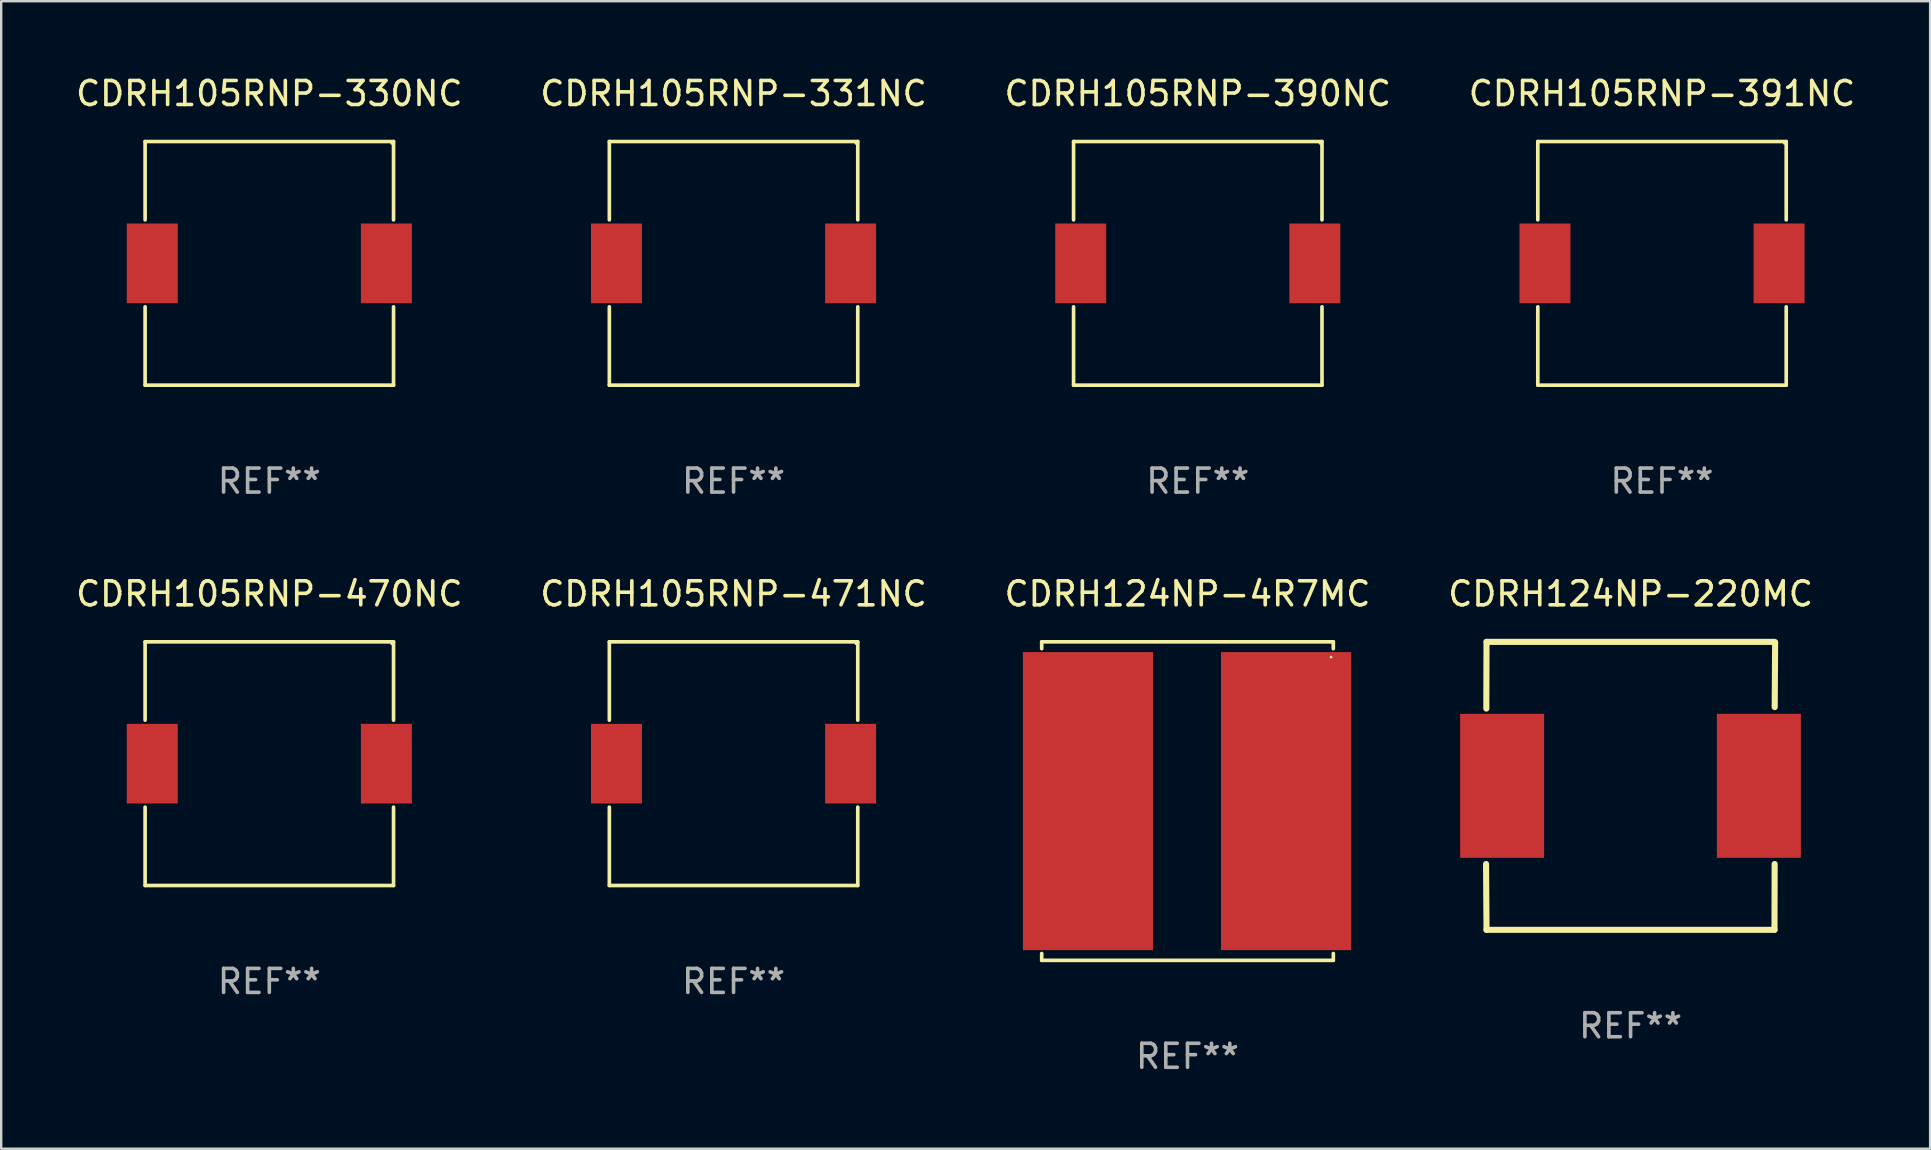
<source format=kicad_pcb>
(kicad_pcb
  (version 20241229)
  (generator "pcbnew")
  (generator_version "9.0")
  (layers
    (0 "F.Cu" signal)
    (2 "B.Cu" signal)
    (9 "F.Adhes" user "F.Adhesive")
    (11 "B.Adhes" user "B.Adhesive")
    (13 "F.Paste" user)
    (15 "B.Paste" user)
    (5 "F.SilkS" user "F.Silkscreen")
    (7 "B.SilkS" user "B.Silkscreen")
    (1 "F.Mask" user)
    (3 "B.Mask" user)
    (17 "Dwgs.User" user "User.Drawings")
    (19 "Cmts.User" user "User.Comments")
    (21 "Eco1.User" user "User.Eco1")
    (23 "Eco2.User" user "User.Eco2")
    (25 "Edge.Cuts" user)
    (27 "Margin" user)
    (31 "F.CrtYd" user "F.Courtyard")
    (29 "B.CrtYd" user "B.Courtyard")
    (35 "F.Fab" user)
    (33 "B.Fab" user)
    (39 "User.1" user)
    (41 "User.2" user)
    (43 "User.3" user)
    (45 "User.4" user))
  (footprint "CDRH105RNP-391NC"
    (layer "F.Cu")
    (at 66.208 7.924)
    (property "Reference" "CDRH105RNP-391NC" (at 0 -7.076 0) (layer "F.SilkS") (effects (font (size 1 1) (thickness 0.15))))
    (attr through_hole)
    (fp_line (start -5.176 -5.076) (end 5.176 -5.076) (stroke (width 0.152) (type solid)) (layer "F.SilkS"))
    (fp_line (start -5.176 -1.812) (end -5.176 -5.076) (stroke (width 0.152) (type solid)) (layer "F.SilkS"))
    (fp_line (start -5.176 1.812) (end -5.176 5.076) (stroke (width 0.152) (type solid)) (layer "F.SilkS"))
    (fp_line (start -5.176 5.076) (end 5.176 5.076) (stroke (width 0.152) (type solid)) (layer "F.SilkS"))
    (fp_line (start 5.176 -5.076) (end 5.176 -1.812) (stroke (width 0.152) (type solid)) (layer "F.SilkS"))
    (fp_line (start 5.176 5.076) (end 5.176 1.812) (stroke (width 0.152) (type solid)) (layer "F.SilkS"))
    (fp_circle (center 5.1 -5) (end 5.13 -5) (stroke (width 0.06) (type solid)) (fill no) (layer "F.SilkS"))
    (fp_text user "REF**" (at 0 9.076 0) (layer "F.Fab") (effects (font (size 1 1) (thickness 0.15))))
    (pad "1" smd rect (at 4.878 0) (size 2.124 3.32) (layers "F.Cu" "F.Mask" "F.Paste"))
    (pad "2" smd rect (at -4.878 0) (size 2.124 3.32) (layers "F.Cu" "F.Mask" "F.Paste")))
  (footprint "CDRH105RNP-330NC"
    (layer "F.Cu")
    (at 8.173 7.924)
    (property "Reference" "CDRH105RNP-330NC" (at 0 -7.076 0) (layer "F.SilkS") (effects (font (size 1 1) (thickness 0.15))))
    (attr through_hole)
    (fp_line (start -5.176 -5.076) (end 5.176 -5.076) (stroke (width 0.152) (type solid)) (layer "F.SilkS"))
    (fp_line (start -5.176 -1.812) (end -5.176 -5.076) (stroke (width 0.152) (type solid)) (layer "F.SilkS"))
    (fp_line (start -5.176 1.812) (end -5.176 5.076) (stroke (width 0.152) (type solid)) (layer "F.SilkS"))
    (fp_line (start -5.176 5.076) (end 5.176 5.076) (stroke (width 0.152) (type solid)) (layer "F.SilkS"))
    (fp_line (start 5.176 -5.076) (end 5.176 -1.812) (stroke (width 0.152) (type solid)) (layer "F.SilkS"))
    (fp_line (start 5.176 5.076) (end 5.176 1.812) (stroke (width 0.152) (type solid)) (layer "F.SilkS"))
    (fp_circle (center 5.1 -5) (end 5.13 -5) (stroke (width 0.06) (type solid)) (fill no) (layer "F.SilkS"))
    (fp_text user "REF**" (at 0 9.076 0) (layer "F.Fab") (effects (font (size 1 1) (thickness 0.15))))
    (pad "1" smd rect (at 4.878 0) (size 2.124 3.32) (layers "F.Cu" "F.Mask" "F.Paste"))
    (pad "2" smd rect (at -4.878 0) (size 2.124 3.32) (layers "F.Cu" "F.Mask" "F.Paste")))
  (footprint "CDRH124NP-220MC"
    (layer "F.Cu")
    (at 64.899 29.697)
    (property "Reference" "CDRH124NP-220MC" (at 0 -8 0) (layer "F.SilkS") (effects (font (size 1 1) (thickness 0.15))))
    (attr through_hole)
    (fp_line (start -6.012 -3.22) (end -6.004 -6) (stroke (width 0.254) (type solid)) (layer "F.SilkS"))
    (fp_line (start -6.004 -6) (end 5.996 -6) (stroke (width 0.254) (type solid)) (layer "F.SilkS"))
    (fp_line (start -6.004 6) (end -6.023 3.258) (stroke (width 0.254) (type solid)) (layer "F.SilkS"))
    (fp_line (start -6.004 6) (end 5.996 6) (stroke (width 0.254) (type solid)) (layer "F.SilkS"))
    (fp_line (start 5.996 6) (end 6.003 3.258) (stroke (width 0.254) (type solid)) (layer "F.SilkS"))
    (fp_line (start 6.005 -3.282) (end 6.023 -5.98) (stroke (width 0.254) (type solid)) (layer "F.SilkS"))
    (fp_circle (center -6.004 6) (end -5.974 6) (stroke (width 0.06) (type solid)) (fill no) (layer "F.SilkS"))
    (fp_text user "REF**" (at 0 10 0) (layer "F.Fab") (effects (font (size 1 1) (thickness 0.15))))
    (pad "1" smd rect (at -5.354 0) (size 3.5 6) (layers "F.Cu" "F.Mask" "F.Paste"))
    (pad "2" smd rect (at 5.346 0) (size 3.5 6) (layers "F.Cu" "F.Mask" "F.Paste")))
  (footprint "CDRH105RNP-390NC"
    (layer "F.Cu")
    (at 46.863 7.924)
    (property "Reference" "CDRH105RNP-390NC" (at 0 -7.076 0) (layer "F.SilkS") (effects (font (size 1 1) (thickness 0.15))))
    (attr through_hole)
    (fp_line (start -5.176 -5.076) (end 5.176 -5.076) (stroke (width 0.152) (type solid)) (layer "F.SilkS"))
    (fp_line (start -5.176 -1.812) (end -5.176 -5.076) (stroke (width 0.152) (type solid)) (layer "F.SilkS"))
    (fp_line (start -5.176 1.812) (end -5.176 5.076) (stroke (width 0.152) (type solid)) (layer "F.SilkS"))
    (fp_line (start -5.176 5.076) (end 5.176 5.076) (stroke (width 0.152) (type solid)) (layer "F.SilkS"))
    (fp_line (start 5.176 -5.076) (end 5.176 -1.812) (stroke (width 0.152) (type solid)) (layer "F.SilkS"))
    (fp_line (start 5.176 5.076) (end 5.176 1.812) (stroke (width 0.152) (type solid)) (layer "F.SilkS"))
    (fp_circle (center 5.1 -5) (end 5.13 -5) (stroke (width 0.06) (type solid)) (fill no) (layer "F.SilkS"))
    (fp_text user "REF**" (at 0 9.076 0) (layer "F.Fab") (effects (font (size 1 1) (thickness 0.15))))
    (pad "1" smd rect (at 4.878 0) (size 2.124 3.32) (layers "F.Cu" "F.Mask" "F.Paste"))
    (pad "2" smd rect (at -4.878 0) (size 2.124 3.32) (layers "F.Cu" "F.Mask" "F.Paste")))
  (footprint "CDRH105RNP-470NC"
    (layer "F.Cu")
    (at 8.173 28.773)
    (property "Reference" "CDRH105RNP-470NC" (at 0 -7.076 0) (layer "F.SilkS") (effects (font (size 1 1) (thickness 0.15))))
    (attr through_hole)
    (fp_line (start -5.176 -5.076) (end 5.176 -5.076) (stroke (width 0.152) (type solid)) (layer "F.SilkS"))
    (fp_line (start -5.176 -1.812) (end -5.176 -5.076) (stroke (width 0.152) (type solid)) (layer "F.SilkS"))
    (fp_line (start -5.176 1.812) (end -5.176 5.076) (stroke (width 0.152) (type solid)) (layer "F.SilkS"))
    (fp_line (start -5.176 5.076) (end 5.176 5.076) (stroke (width 0.152) (type solid)) (layer "F.SilkS"))
    (fp_line (start 5.176 -5.076) (end 5.176 -1.812) (stroke (width 0.152) (type solid)) (layer "F.SilkS"))
    (fp_line (start 5.176 5.076) (end 5.176 1.812) (stroke (width 0.152) (type solid)) (layer "F.SilkS"))
    (fp_circle (center 5.1 -5) (end 5.13 -5) (stroke (width 0.06) (type solid)) (fill no) (layer "F.SilkS"))
    (fp_text user "REF**" (at 0 9.076 0) (layer "F.Fab") (effects (font (size 1 1) (thickness 0.15))))
    (pad "1" smd rect (at 4.878 0) (size 2.124 3.32) (layers "F.Cu" "F.Mask" "F.Paste"))
    (pad "2" smd rect (at -4.878 0) (size 2.124 3.32) (layers "F.Cu" "F.Mask" "F.Paste")))
  (footprint "CDRH105RNP-471NC"
    (layer "F.Cu")
    (at 27.518 28.773)
    (property "Reference" "CDRH105RNP-471NC" (at 0 -7.076 0) (layer "F.SilkS") (effects (font (size 1 1) (thickness 0.15))))
    (attr through_hole)
    (fp_line (start -5.176 -5.076) (end 5.176 -5.076) (stroke (width 0.152) (type solid)) (layer "F.SilkS"))
    (fp_line (start -5.176 -1.812) (end -5.176 -5.076) (stroke (width 0.152) (type solid)) (layer "F.SilkS"))
    (fp_line (start -5.176 1.812) (end -5.176 5.076) (stroke (width 0.152) (type solid)) (layer "F.SilkS"))
    (fp_line (start -5.176 5.076) (end 5.176 5.076) (stroke (width 0.152) (type solid)) (layer "F.SilkS"))
    (fp_line (start 5.176 -5.076) (end 5.176 -1.812) (stroke (width 0.152) (type solid)) (layer "F.SilkS"))
    (fp_line (start 5.176 5.076) (end 5.176 1.812) (stroke (width 0.152) (type solid)) (layer "F.SilkS"))
    (fp_circle (center 5.1 -5) (end 5.13 -5) (stroke (width 0.06) (type solid)) (fill no) (layer "F.SilkS"))
    (fp_text user "REF**" (at 0 9.076 0) (layer "F.Fab") (effects (font (size 1 1) (thickness 0.15))))
    (pad "1" smd rect (at 4.878 0) (size 2.124 3.32) (layers "F.Cu" "F.Mask" "F.Paste"))
    (pad "2" smd rect (at -4.878 0) (size 2.124 3.32) (layers "F.Cu" "F.Mask" "F.Paste")))
  (footprint "CDRH124NP-4R7MC"
    (layer "F.Cu")
    (at 46.435 30.333)
    (property "Reference" "CDRH124NP-4R7MC" (at 0 -8.636 0) (layer "F.SilkS") (effects (font (size 1 1) (thickness 0.15))))
    (attr through_hole)
    (fp_line (start -6.076 -6.636) (end -6.076 -6.35) (stroke (width 0.152) (type solid)) (layer "F.SilkS"))
    (fp_line (start -6.076 6.636) (end -6.076 6.35) (stroke (width 0.152) (type solid)) (layer "F.SilkS"))
    (fp_line (start 6.076 -6.636) (end -6.076 -6.636) (stroke (width 0.152) (type solid)) (layer "F.SilkS"))
    (fp_line (start 6.076 -6.35) (end 6.076 -6.636) (stroke (width 0.152) (type solid)) (layer "F.SilkS"))
    (fp_line (start 6.076 6.35) (end 6.076 6.636) (stroke (width 0.152) (type solid)) (layer "F.SilkS"))
    (fp_line (start 6.076 6.636) (end -6.076 6.636) (stroke (width 0.152) (type solid)) (layer "F.SilkS"))
    (fp_circle (center 5.98 -6) (end 6.01 -6) (stroke (width 0.06) (type solid)) (fill no) (layer "F.SilkS"))
    (fp_text user "REF**" (at 0 10.636 0) (layer "F.Fab") (effects (font (size 1 1) (thickness 0.15))))
    (pad "1" smd rect (at 4.108 0) (size 5.424 12.42) (layers "F.Cu" "F.Mask" "F.Paste"))
    (pad "2" smd rect (at -4.148 0) (size 5.424 12.42) (layers "F.Cu" "F.Mask" "F.Paste")))
  (footprint "CDRH105RNP-331NC"
    (layer "F.Cu")
    (at 27.518 7.924)
    (property "Reference" "CDRH105RNP-331NC" (at 0 -7.076 0) (layer "F.SilkS") (effects (font (size 1 1) (thickness 0.15))))
    (attr through_hole)
    (fp_line (start -5.176 -5.076) (end 5.176 -5.076) (stroke (width 0.152) (type solid)) (layer "F.SilkS"))
    (fp_line (start -5.176 -1.812) (end -5.176 -5.076) (stroke (width 0.152) (type solid)) (layer "F.SilkS"))
    (fp_line (start -5.176 1.812) (end -5.176 5.076) (stroke (width 0.152) (type solid)) (layer "F.SilkS"))
    (fp_line (start -5.176 5.076) (end 5.176 5.076) (stroke (width 0.152) (type solid)) (layer "F.SilkS"))
    (fp_line (start 5.176 -5.076) (end 5.176 -1.812) (stroke (width 0.152) (type solid)) (layer "F.SilkS"))
    (fp_line (start 5.176 5.076) (end 5.176 1.812) (stroke (width 0.152) (type solid)) (layer "F.SilkS"))
    (fp_circle (center 5.1 -5) (end 5.13 -5) (stroke (width 0.06) (type solid)) (fill no) (layer "F.SilkS"))
    (fp_text user "REF**" (at 0 9.076 0) (layer "F.Fab") (effects (font (size 1 1) (thickness 0.15))))
    (pad "1" smd rect (at 4.878 0) (size 2.124 3.32) (layers "F.Cu" "F.Mask" "F.Paste"))
    (pad "2" smd rect (at -4.878 0) (size 2.124 3.32) (layers "F.Cu" "F.Mask" "F.Paste")))
  (gr_rect
    (start -3 -3)
    (end 77.381 44.818)
    (stroke (width 0.1) (type default))
    (fill no)
    (layer "Edge.Cuts")))
</source>
